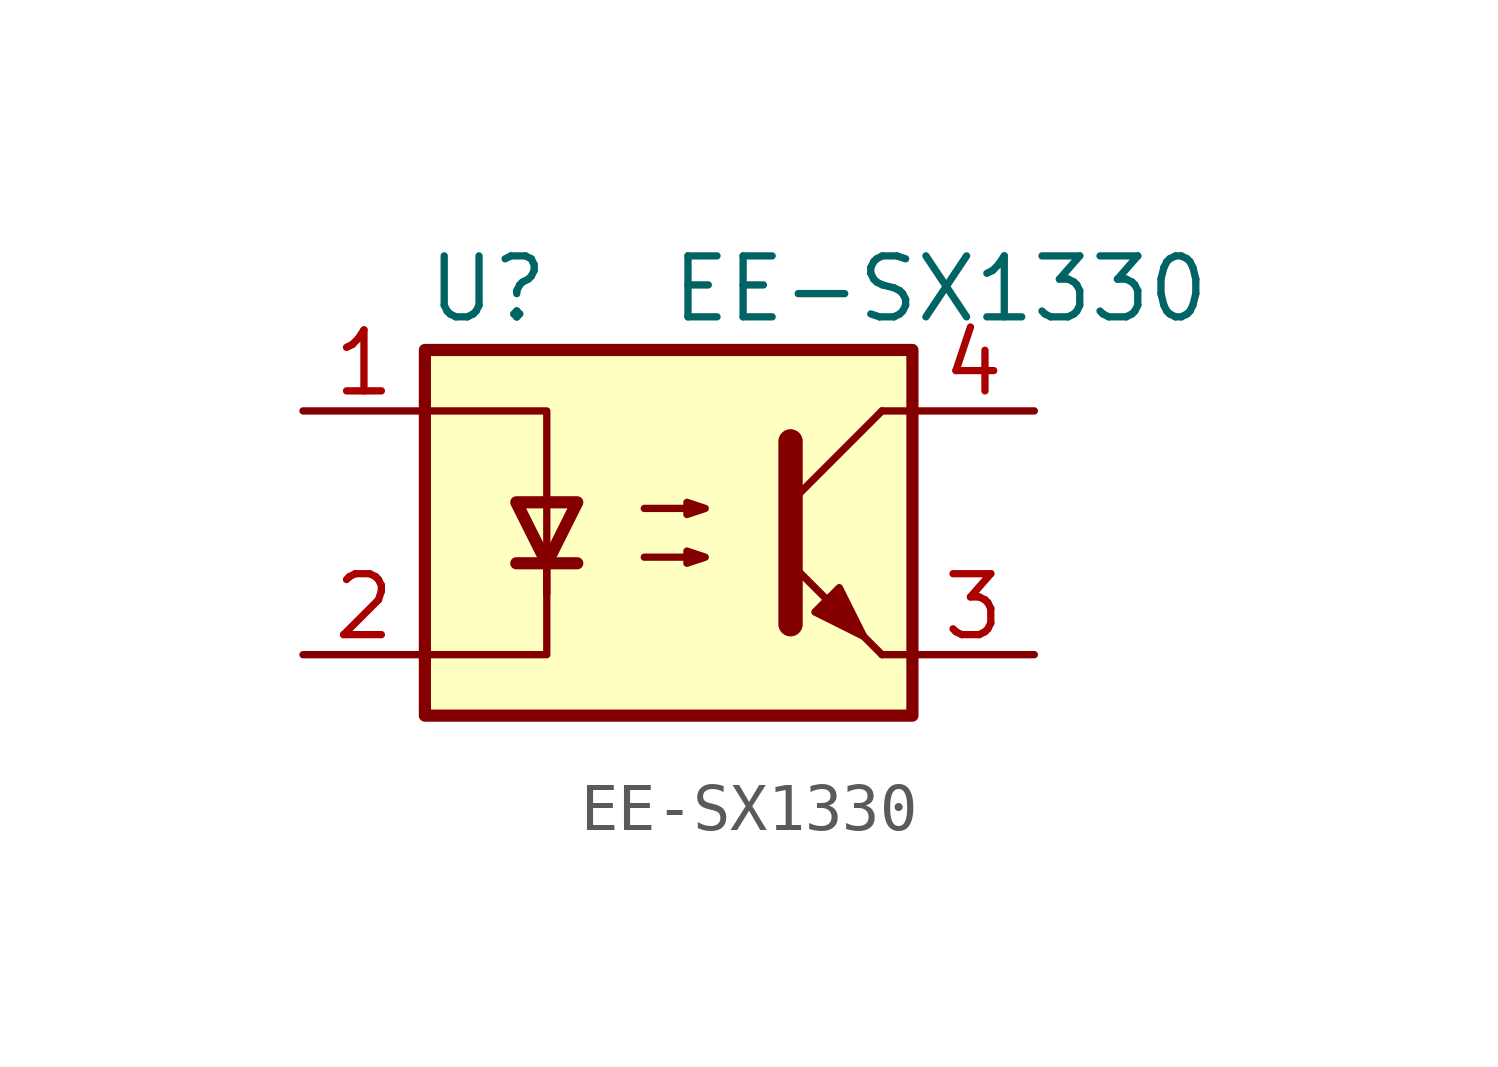
<source format=kicad_sym>
(kicad_symbol_lib
  (version 20241209)
  (generator "kicad_symbol_editor")
  (generator_version "9.0")
  (symbol "EE-SX1330"
    (property "Reference" "U"
      (at -5.08 5.08 0)
      (effects (font (size 1.27 1.27)) (justify left)))
    (property "Value" "EE-SX1330"
      (at 0 5.08 0)
      (effects (font (size 1.27 1.27)) (justify left)))
    (symbol "EE-SX1330_0_1"
      (rectangle (start -5.08 3.81) (end 5.08 -3.81) (stroke (width 0.254) (type default)) (fill (type background)))
      (polyline (pts (xy -5.08 2.54) (xy -2.54 2.54) (xy -2.54 -1.27) (xy -2.54 0.635)) (stroke (width 0) (type default)) (fill (type none)))
      (polyline (pts (xy -3.175 -0.635) (xy -1.905 -0.635)) (stroke (width 0.254) (type default)) (fill (type none)))
      (polyline (pts (xy -2.54 -0.635) (xy -2.54 -2.54) (xy -5.08 -2.54)) (stroke (width 0) (type default)) (fill (type none)))
      (polyline (pts (xy -2.54 -0.635) (xy -3.175 0.635) (xy -1.905 0.635) (xy -2.54 -0.635)) (stroke (width 0.254) (type default)) (fill (type none)))
      (polyline (pts (xy -0.508 0.508) (xy 0.762 0.508) (xy 0.381 0.381) (xy 0.381 0.635) (xy 0.762 0.508)) (stroke (width 0) (type default)) (fill (type none)))
      (polyline (pts (xy -0.508 -0.508) (xy 0.762 -0.508) (xy 0.381 -0.635) (xy 0.381 -0.381) (xy 0.762 -0.508)) (stroke (width 0) (type default)) (fill (type none)))
      (polyline (pts (xy 2.54 1.905) (xy 2.54 -1.905)) (stroke (width 0.508) (type default)) (fill (type none)))
      (polyline (pts (xy 2.54 0.635) (xy 4.445 2.54)) (stroke (width 0) (type default)) (fill (type none)))
      (polyline (pts (xy 3.048 -1.651) (xy 3.556 -1.143) (xy 4.064 -2.159) (xy 3.048 -1.651)) (stroke (width 0) (type default)) (fill (type outline)))
      (polyline (pts (xy 4.445 2.54) (xy 5.08 2.54)) (stroke (width 0) (type default)) (fill (type none)))
      (polyline (pts (xy 4.445 -2.54) (xy 2.54 -0.635)) (stroke (width 0) (type default)) (fill (type outline)))
      (polyline (pts (xy 4.445 -2.54) (xy 5.08 -2.54)) (stroke (width 0) (type default)) (fill (type none))))
    (symbol "EE-SX1330_1_1"
      (pin passive line (at -7.62 2.54 0) (length 2.54) (name "~" (effects (font (size 1.27 1.27)))) (number "1" (effects (font (size 1.27 1.27)))))
      (pin passive line (at -7.62 -2.54 0) (length 2.54) (name "~" (effects (font (size 1.27 1.27)))) (number "2" (effects (font (size 1.27 1.27)))))
      (pin passive line (at 7.62 2.54 180) (length 2.54) (name "~" (effects (font (size 1.27 1.27)))) (number "4" (effects (font (size 1.27 1.27)))))
      (pin passive line (at 7.62 -2.54 180) (length 2.54) (name "~" (effects (font (size 1.27 1.27)))) (number "3" (effects (font (size 1.27 1.27))))))))
</source>
